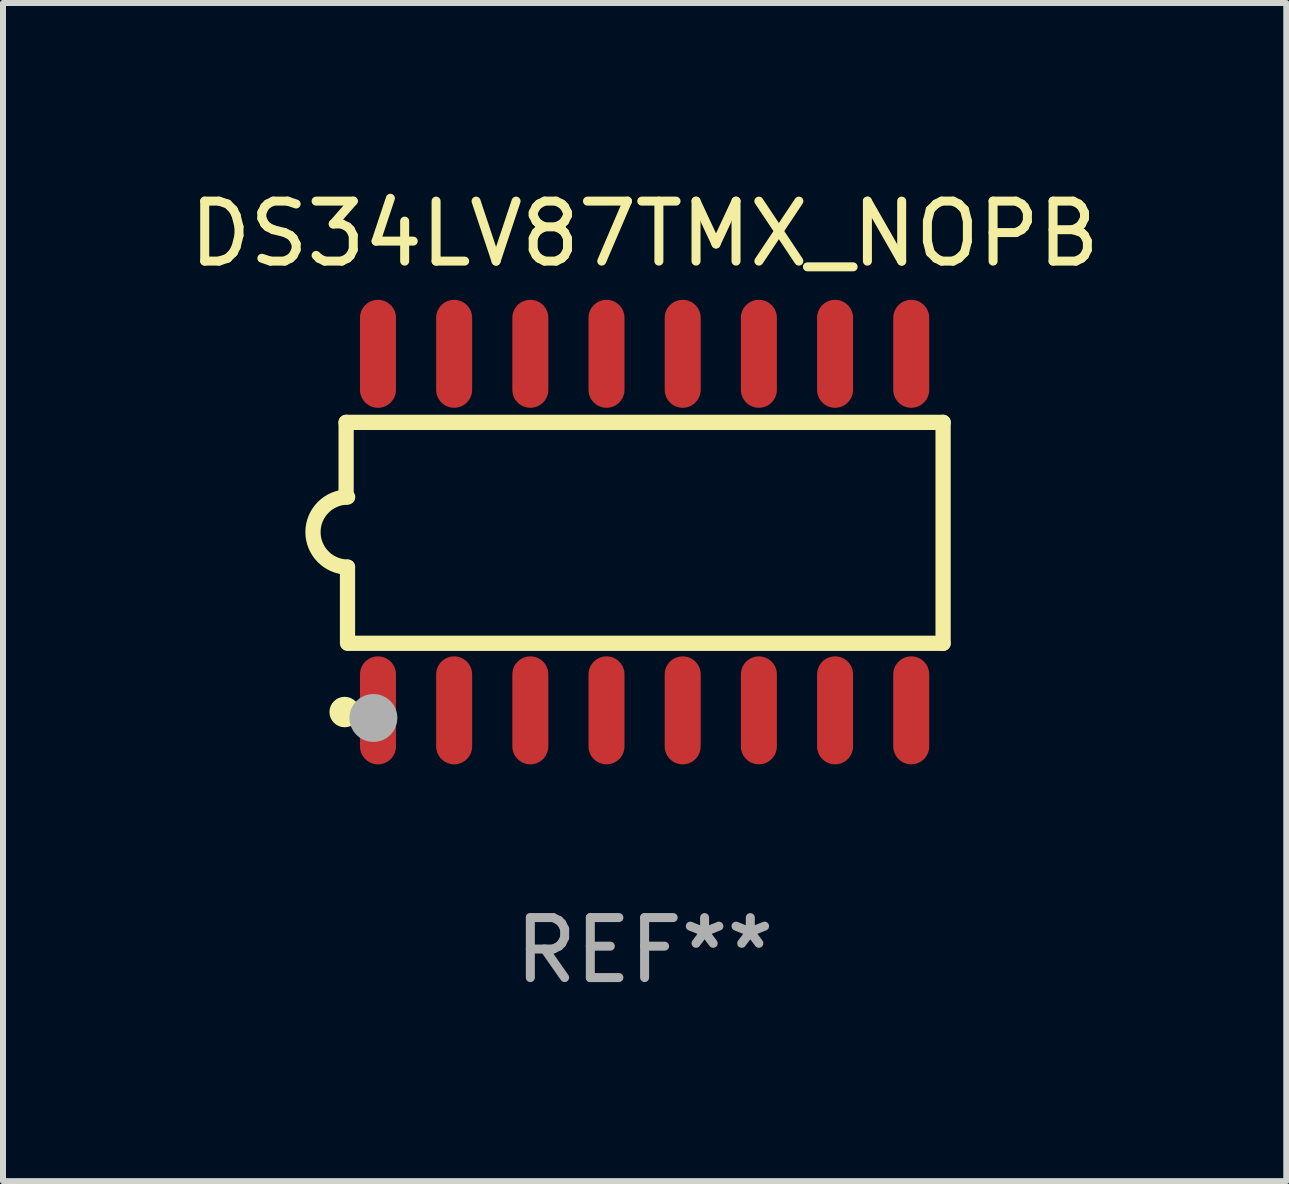
<source format=kicad_pcb>
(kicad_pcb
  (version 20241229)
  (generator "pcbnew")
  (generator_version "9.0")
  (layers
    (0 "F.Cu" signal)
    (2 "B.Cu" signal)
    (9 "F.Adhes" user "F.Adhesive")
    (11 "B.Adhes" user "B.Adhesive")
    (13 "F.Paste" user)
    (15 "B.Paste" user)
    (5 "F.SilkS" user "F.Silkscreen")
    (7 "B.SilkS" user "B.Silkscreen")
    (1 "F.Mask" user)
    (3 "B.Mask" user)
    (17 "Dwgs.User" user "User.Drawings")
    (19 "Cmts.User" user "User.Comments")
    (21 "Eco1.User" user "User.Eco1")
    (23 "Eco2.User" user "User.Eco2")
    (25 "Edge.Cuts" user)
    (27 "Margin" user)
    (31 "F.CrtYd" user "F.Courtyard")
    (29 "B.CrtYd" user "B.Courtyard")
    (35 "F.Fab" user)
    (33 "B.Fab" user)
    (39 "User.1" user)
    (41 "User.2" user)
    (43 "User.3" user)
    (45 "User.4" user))
  (footprint "DS34LV87TMX_NOPB"
    (layer "F.Cu")
    (at 7.696 5.82)
    (property "Reference" "DS34LV87TMX_NOPB" (at 0 -4.972 0) (layer "F.SilkS") (effects (font (size 1 1) (thickness 0.15))))
    (attr through_hole)
    (fp_line (start -4.976 -1.829) (end -4.976 -0.584) (stroke (width 0.254) (type solid)) (layer "F.SilkS"))
    (fp_line (start -4.953 0.584) (end -4.953 1.854) (stroke (width 0.254) (type solid)) (layer "F.SilkS"))
    (fp_line (start -4.928 1.854) (end 4.976 1.854) (stroke (width 0.254) (type solid)) (layer "F.SilkS"))
    (fp_line (start 4.976 -1.829) (end -4.976 -1.829) (stroke (width 0.254) (type solid)) (layer "F.SilkS"))
    (fp_line (start 4.976 1.854) (end 4.976 -1.829) (stroke (width 0.254) (type solid)) (layer "F.SilkS"))
    (fp_arc (start -4.95301 0.584201) (mid -5.533866 -0.00152) (end -4.950088 -0.584329) (stroke (width 0.254001) (type solid)) (layer "F.SilkS"))
    (fp_circle (center -5 3) (end -4.873 3) (stroke (width 0.254) (type solid)) (fill no) (layer "F.SilkS"))
    (fp_circle (center -4.521 3.099) (end -4.321 3.099) (stroke (width 0.4) (type solid)) (fill no) (layer "F.Fab"))
    (fp_text user "REF**" (at 0 6.972 0) (layer "F.Fab") (effects (font (size 1 1) (thickness 0.15))))
    (pad "1" smd oval (at -4.445 2.972 180) (size 0.6 1.8) (layers "F.Cu" "F.Mask" "F.Paste"))
    (pad "2" smd oval (at -3.175 2.972 180) (size 0.6 1.8) (layers "F.Cu" "F.Mask" "F.Paste"))
    (pad "3" smd oval (at -1.905 2.972 180) (size 0.6 1.8) (layers "F.Cu" "F.Mask" "F.Paste"))
    (pad "4" smd oval (at -0.635 2.972 180) (size 0.6 1.8) (layers "F.Cu" "F.Mask" "F.Paste"))
    (pad "5" smd oval (at 0.635 2.972 180) (size 0.6 1.8) (layers "F.Cu" "F.Mask" "F.Paste"))
    (pad "6" smd oval (at 1.905 2.972 180) (size 0.6 1.8) (layers "F.Cu" "F.Mask" "F.Paste"))
    (pad "7" smd oval (at 3.175 2.972 180) (size 0.6 1.8) (layers "F.Cu" "F.Mask" "F.Paste"))
    (pad "8" smd oval (at 4.445 2.972 180) (size 0.6 1.8) (layers "F.Cu" "F.Mask" "F.Paste"))
    (pad "9" smd oval (at 4.445 -2.972 180) (size 0.6 1.8) (layers "F.Cu" "F.Mask" "F.Paste"))
    (pad "10" smd oval (at 3.175 -2.972 180) (size 0.6 1.8) (layers "F.Cu" "F.Mask" "F.Paste"))
    (pad "11" smd oval (at 1.905 -2.972 180) (size 0.6 1.8) (layers "F.Cu" "F.Mask" "F.Paste"))
    (pad "12" smd oval (at 0.635 -2.972 180) (size 0.6 1.8) (layers "F.Cu" "F.Mask" "F.Paste"))
    (pad "13" smd oval (at -0.635 -2.972 180) (size 0.6 1.8) (layers "F.Cu" "F.Mask" "F.Paste"))
    (pad "14" smd oval (at -1.905 -2.972 180) (size 0.6 1.8) (layers "F.Cu" "F.Mask" "F.Paste"))
    (pad "15" smd oval (at -3.175 -2.972 180) (size 0.6 1.8) (layers "F.Cu" "F.Mask" "F.Paste"))
    (pad "16" smd oval (at -4.445 -2.972 180) (size 0.6 1.8) (layers "F.Cu" "F.Mask" "F.Paste")))
  (gr_rect
    (start -3 -3)
    (end 18.393 16.64)
    (stroke (width 0.1) (type default))
    (fill no)
    (layer "Edge.Cuts")))
</source>
